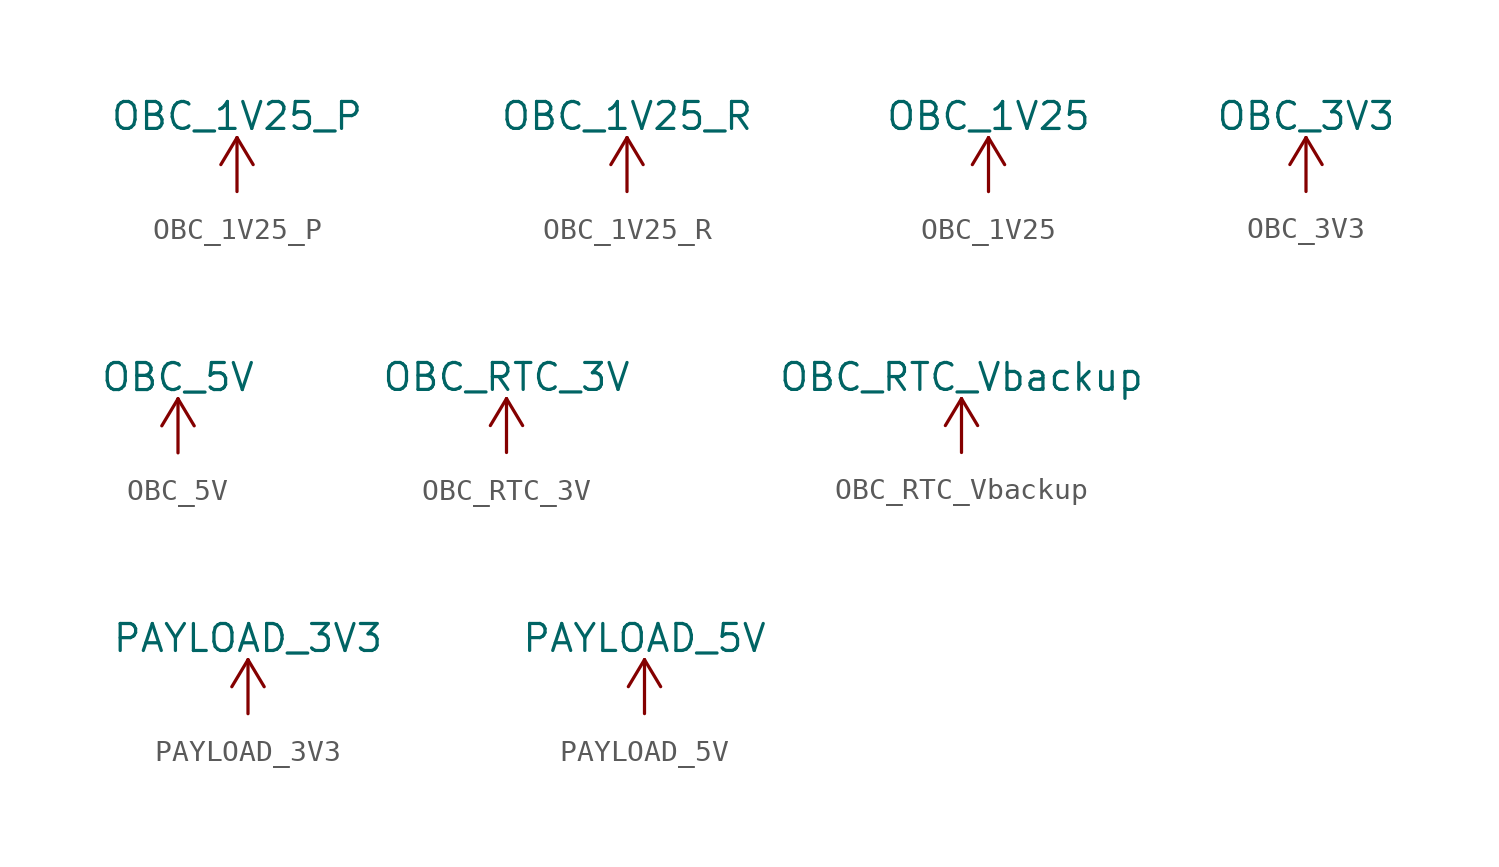
<source format=kicad_sym>
(kicad_symbol_lib
  (version 20211014)
  (generator kicad_symbol_editor)
  (symbol "OBC_1V25_P"
    (power)
    (pin_names
      (offset 0))
    (property "Reference" "#PWR"
      (at 0 -3.81 0)
      (effects (font (size 1.27 1.27)) hide))
    (property "Value" "OBC_1V25_P"
      (at 0 3.556 0)
      (effects (font (size 1.27 1.27))))
    (symbol "OBC_1V25_P_0_1"
      (polyline (pts (xy -0.762 1.27) (xy 0 2.54)) (stroke (width 0) (type default) (color 0 0 0 0)) (fill (type none)))
      (polyline (pts (xy 0 0) (xy 0 2.54)) (stroke (width 0) (type default) (color 0 0 0 0)) (fill (type none)))
      (polyline (pts (xy 0 2.54) (xy 0.762 1.27)) (stroke (width 0) (type default) (color 0 0 0 0)) (fill (type none))))
    (symbol "OBC_1V25_P_1_1"
      (pin power_in line (at 0 0 90) (length 0) hide (name "OBC_1V25_P" (effects (font (size 1.27 1.27)))) (number "1" (effects (font (size 1.27 1.27)))))))
  (symbol "OBC_1V25_R"
    (power)
    (pin_names
      (offset 0))
    (property "Reference" "#PWR"
      (at 0 -3.81 0)
      (effects (font (size 1.27 1.27)) hide))
    (property "Value" "OBC_1V25_R"
      (at 0 3.556 0)
      (effects (font (size 1.27 1.27))))
    (symbol "OBC_1V25_R_0_1"
      (polyline (pts (xy -0.762 1.27) (xy 0 2.54)) (stroke (width 0) (type default) (color 0 0 0 0)) (fill (type none)))
      (polyline (pts (xy 0 0) (xy 0 2.54)) (stroke (width 0) (type default) (color 0 0 0 0)) (fill (type none)))
      (polyline (pts (xy 0 2.54) (xy 0.762 1.27)) (stroke (width 0) (type default) (color 0 0 0 0)) (fill (type none))))
    (symbol "OBC_1V25_R_1_1"
      (pin power_in line (at 0 0 90) (length 0) hide (name "OBC_1V25_R" (effects (font (size 1.27 1.27)))) (number "1" (effects (font (size 1.27 1.27)))))))
  (symbol "OBC_1V25"
    (power)
    (pin_names
      (offset 0))
    (property "Reference" "#PWR"
      (at 0 -3.81 0)
      (effects (font (size 1.27 1.27)) hide))
    (property "Value" "OBC_1V25"
      (at 0 3.556 0)
      (effects (font (size 1.27 1.27))))
    (symbol "OBC_1V25_0_1"
      (polyline (pts (xy -0.762 1.27) (xy 0 2.54)) (stroke (width 0) (type default) (color 0 0 0 0)) (fill (type none)))
      (polyline (pts (xy 0 0) (xy 0 2.54)) (stroke (width 0) (type default) (color 0 0 0 0)) (fill (type none)))
      (polyline (pts (xy 0 2.54) (xy 0.762 1.27)) (stroke (width 0) (type default) (color 0 0 0 0)) (fill (type none))))
    (symbol "OBC_1V25_1_1"
      (pin power_in line (at 0 0 90) (length 0) hide (name "OBC_1V25" (effects (font (size 1.27 1.27)))) (number "1" (effects (font (size 1.27 1.27)))))))
  (symbol "OBC_3V3"
    (power)
    (pin_names
      (offset 0))
    (property "Reference" "#PWR"
      (at 0 -3.81 0)
      (effects (font (size 1.27 1.27)) hide))
    (property "Value" "OBC_3V3"
      (at 0 3.556 0)
      (effects (font (size 1.27 1.27))))
    (symbol "OBC_3V3_0_1"
      (polyline (pts (xy -0.762 1.27) (xy 0 2.54)) (stroke (width 0) (type default) (color 0 0 0 0)) (fill (type none)))
      (polyline (pts (xy 0 0) (xy 0 2.54)) (stroke (width 0) (type default) (color 0 0 0 0)) (fill (type none)))
      (polyline (pts (xy 0 2.54) (xy 0.762 1.27)) (stroke (width 0) (type default) (color 0 0 0 0)) (fill (type none))))
    (symbol "OBC_3V3_1_1"
      (pin power_in line (at 0 0 90) (length 0) hide (name "OBC_3V3" (effects (font (size 1.27 1.27)))) (number "1" (effects (font (size 1.27 1.27)))))))
  (symbol "OBC_5V"
    (power)
    (pin_names
      (offset 0))
    (property "Reference" "#PWR"
      (at 0 -3.81 0)
      (effects (font (size 1.27 1.27)) hide))
    (property "Value" "OBC_5V"
      (at 0 3.556 0)
      (effects (font (size 1.27 1.27))))
    (symbol "OBC_5V_0_1"
      (polyline (pts (xy -0.762 1.27) (xy 0 2.54)) (stroke (width 0) (type default) (color 0 0 0 0)) (fill (type none)))
      (polyline (pts (xy 0 0) (xy 0 2.54)) (stroke (width 0) (type default) (color 0 0 0 0)) (fill (type none)))
      (polyline (pts (xy 0 2.54) (xy 0.762 1.27)) (stroke (width 0) (type default) (color 0 0 0 0)) (fill (type none))))
    (symbol "OBC_5V_1_1"
      (pin power_in line (at 0 0 90) (length 0) hide (name "OBC_5V" (effects (font (size 1.27 1.27)))) (number "1" (effects (font (size 1.27 1.27)))))))
  (symbol "OBC_RTC_3V"
    (power)
    (pin_names
      (offset 0))
    (property "Reference" "#PWR"
      (at 0 -3.81 0)
      (effects (font (size 1.27 1.27)) hide))
    (property "Value" "OBC_RTC_3V"
      (at 0 3.556 0)
      (effects (font (size 1.27 1.27))))
    (symbol "OBC_RTC_3V_0_1"
      (polyline (pts (xy -0.762 1.27) (xy 0 2.54)) (stroke (width 0) (type default) (color 0 0 0 0)) (fill (type none)))
      (polyline (pts (xy 0 0) (xy 0 2.54)) (stroke (width 0) (type default) (color 0 0 0 0)) (fill (type none)))
      (polyline (pts (xy 0 2.54) (xy 0.762 1.27)) (stroke (width 0) (type default) (color 0 0 0 0)) (fill (type none))))
    (symbol "OBC_RTC_3V_1_1"
      (pin power_in line (at 0 0 90) (length 0) hide (name "OBC_RTC_3V" (effects (font (size 1.27 1.27)))) (number "1" (effects (font (size 1.27 1.27)))))))
  (symbol "OBC_RTC_Vbackup"
    (power)
    (pin_names
      (offset 0))
    (property "Reference" "#PWR"
      (at 0 -3.81 0)
      (effects (font (size 1.27 1.27)) hide))
    (property "Value" "OBC_RTC_Vbackup"
      (at 0 3.556 0)
      (effects (font (size 1.27 1.27))))
    (symbol "OBC_RTC_Vbackup_0_1"
      (polyline (pts (xy -0.762 1.27) (xy 0 2.54)) (stroke (width 0) (type default) (color 0 0 0 0)) (fill (type none)))
      (polyline (pts (xy 0 0) (xy 0 2.54)) (stroke (width 0) (type default) (color 0 0 0 0)) (fill (type none)))
      (polyline (pts (xy 0 2.54) (xy 0.762 1.27)) (stroke (width 0) (type default) (color 0 0 0 0)) (fill (type none))))
    (symbol "OBC_RTC_Vbackup_1_1"
      (pin power_in line (at 0 0 90) (length 0) hide (name "OBC_RTC_Vbackup" (effects (font (size 1.27 1.27)))) (number "1" (effects (font (size 1.27 1.27)))))))
  (symbol "PAYLOAD_3V3"
    (power)
    (pin_names
      (offset 0))
    (property "Reference" "#PWR"
      (at 0 -3.81 0)
      (effects (font (size 1.27 1.27)) hide))
    (property "Value" "PAYLOAD_3V3"
      (at 0 3.556 0)
      (effects (font (size 1.27 1.27))))
    (symbol "PAYLOAD_3V3_0_1"
      (polyline (pts (xy -0.762 1.27) (xy 0 2.54)) (stroke (width 0) (type default) (color 0 0 0 0)) (fill (type none)))
      (polyline (pts (xy 0 0) (xy 0 2.54)) (stroke (width 0) (type default) (color 0 0 0 0)) (fill (type none)))
      (polyline (pts (xy 0 2.54) (xy 0.762 1.27)) (stroke (width 0) (type default) (color 0 0 0 0)) (fill (type none))))
    (symbol "PAYLOAD_3V3_1_1"
      (pin power_in line (at 0 0 90) (length 0) hide (name "PAYLOAD_3V3" (effects (font (size 1.27 1.27)))) (number "1" (effects (font (size 1.27 1.27)))))))
  (symbol "PAYLOAD_5V"
    (power)
    (pin_names
      (offset 0))
    (property "Reference" "#PWR"
      (at 0 -3.81 0)
      (effects (font (size 1.27 1.27)) hide))
    (property "Value" "PAYLOAD_5V"
      (at 0 3.556 0)
      (effects (font (size 1.27 1.27))))
    (symbol "PAYLOAD_5V_0_1"
      (polyline (pts (xy -0.762 1.27) (xy 0 2.54)) (stroke (width 0) (type default) (color 0 0 0 0)) (fill (type none)))
      (polyline (pts (xy 0 0) (xy 0 2.54)) (stroke (width 0) (type default) (color 0 0 0 0)) (fill (type none)))
      (polyline (pts (xy 0 2.54) (xy 0.762 1.27)) (stroke (width 0) (type default) (color 0 0 0 0)) (fill (type none))))
    (symbol "PAYLOAD_5V_1_1"
      (pin power_in line (at 0 0 90) (length 0) hide (name "PAYLOAD_5V" (effects (font (size 1.27 1.27)))) (number "1" (effects (font (size 1.27 1.27))))))))
</source>
